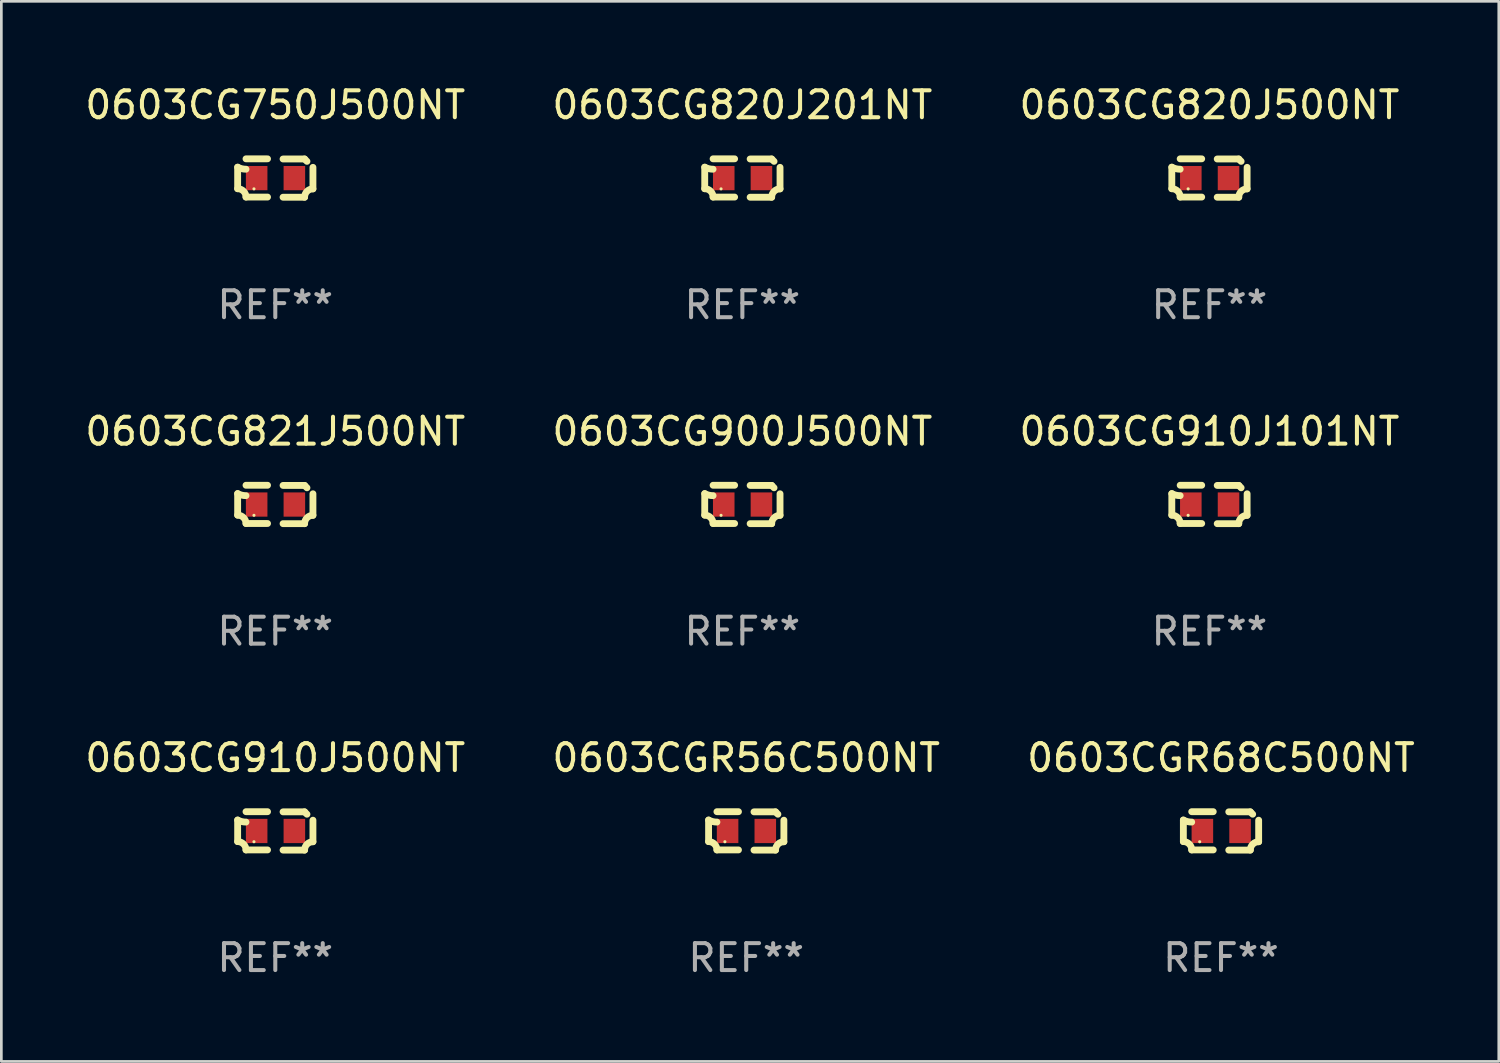
<source format=kicad_pcb>
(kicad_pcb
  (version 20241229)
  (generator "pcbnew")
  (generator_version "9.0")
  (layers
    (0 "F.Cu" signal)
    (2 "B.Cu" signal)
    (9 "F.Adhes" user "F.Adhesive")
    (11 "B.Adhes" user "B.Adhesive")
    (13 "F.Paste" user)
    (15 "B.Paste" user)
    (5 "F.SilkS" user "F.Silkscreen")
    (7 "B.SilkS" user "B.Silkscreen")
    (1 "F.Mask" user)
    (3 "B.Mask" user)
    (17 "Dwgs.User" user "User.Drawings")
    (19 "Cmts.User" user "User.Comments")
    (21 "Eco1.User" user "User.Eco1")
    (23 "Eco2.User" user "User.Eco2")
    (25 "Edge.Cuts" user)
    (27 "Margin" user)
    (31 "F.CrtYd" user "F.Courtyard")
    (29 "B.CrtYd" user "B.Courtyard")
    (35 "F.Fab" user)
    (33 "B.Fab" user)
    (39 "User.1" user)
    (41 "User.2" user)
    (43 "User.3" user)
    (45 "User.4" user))
  (footprint "0603CG820J201NT"
    (layer "F.Cu")
    (at 24.518 3.561)
    (property "Reference" "0603CG820J201NT" (at 0 -2.713 0) (layer "F.SilkS") (effects (font (size 1 1) (thickness 0.15))))
    (attr through_hole)
    (fp_line (start -1.398 -0.403) (end -1.398 0.397) (stroke (width 0.254) (type solid)) (layer "F.SilkS"))
    (fp_line (start -0.288 -0.713) (end -1.088 -0.713) (stroke (width 0.254) (type solid)) (layer "F.SilkS"))
    (fp_line (start -0.288 0.707) (end -1.088 0.707) (stroke (width 0.254) (type solid)) (layer "F.SilkS"))
    (fp_line (start 0.288 -0.707) (end 1.088 -0.707) (stroke (width 0.254) (type solid)) (layer "F.SilkS"))
    (fp_line (start 0.288 0.713) (end 1.088 0.713) (stroke (width 0.254) (type solid)) (layer "F.SilkS"))
    (fp_line (start 1.398 -0.397) (end 1.398 0.403) (stroke (width 0.254) (type solid)) (layer "F.SilkS"))
    (fp_arc (start -1.397789 0.397066) (mid -1.178701 0.487826) (end -1.08796 0.706922) (stroke (width 0.254001) (type solid)) (layer "F.SilkS"))
    (fp_arc (start -1.08796 -0.327176) (mid -1.247436 -0.346384) (end -1.39779 -0.402908) (stroke (width 0.254001) (type solid)) (layer "F.SilkS"))
    (fp_arc (start 1.087909 0.712738) (mid 1.178656 0.493655) (end 1.397739 0.402908) (stroke (width 0.254001) (type solid)) (layer "F.SilkS"))
    (fp_arc (start 1.175925 -0.618926) (mid 1.131917 -0.662923) (end 1.08791 -0.706922) (stroke (width 0.254001) (type solid)) (layer "F.SilkS"))
    (fp_circle (center -0.792 0.403) (end -0.762 0.403) (stroke (width 0.06) (type solid)) (fill no) (layer "F.SilkS"))
    (fp_text user "REF**" (at 0 4.713 0) (layer "F.Fab") (effects (font (size 1 1) (thickness 0.15))))
    (pad "1" smd rect (at -0.692 0.003) (size 0.8 0.9) (layers "F.Cu" "F.Mask" "F.Paste"))
    (pad "2" smd rect (at 0.708 0.003) (size 0.8 0.9) (layers "F.Cu" "F.Mask" "F.Paste")))
  (footprint "0603CG910J500NT"
    (layer "F.Cu")
    (at 7.173 27.805)
    (property "Reference" "0603CG910J500NT" (at 0 -2.713 0) (layer "F.SilkS") (effects (font (size 1 1) (thickness 0.15))))
    (attr through_hole)
    (fp_line (start -1.398 -0.403) (end -1.398 0.397) (stroke (width 0.254) (type solid)) (layer "F.SilkS"))
    (fp_line (start -0.288 -0.713) (end -1.088 -0.713) (stroke (width 0.254) (type solid)) (layer "F.SilkS"))
    (fp_line (start -0.288 0.707) (end -1.088 0.707) (stroke (width 0.254) (type solid)) (layer "F.SilkS"))
    (fp_line (start 0.288 -0.707) (end 1.088 -0.707) (stroke (width 0.254) (type solid)) (layer "F.SilkS"))
    (fp_line (start 0.288 0.713) (end 1.088 0.713) (stroke (width 0.254) (type solid)) (layer "F.SilkS"))
    (fp_line (start 1.398 -0.397) (end 1.398 0.403) (stroke (width 0.254) (type solid)) (layer "F.SilkS"))
    (fp_arc (start -1.397789 0.397066) (mid -1.178701 0.487826) (end -1.08796 0.706922) (stroke (width 0.254001) (type solid)) (layer "F.SilkS"))
    (fp_arc (start -1.08796 -0.327176) (mid -1.247436 -0.346384) (end -1.39779 -0.402908) (stroke (width 0.254001) (type solid)) (layer "F.SilkS"))
    (fp_arc (start 1.087909 0.712738) (mid 1.178656 0.493655) (end 1.397739 0.402908) (stroke (width 0.254001) (type solid)) (layer "F.SilkS"))
    (fp_arc (start 1.175925 -0.618926) (mid 1.131917 -0.662923) (end 1.08791 -0.706922) (stroke (width 0.254001) (type solid)) (layer "F.SilkS"))
    (fp_circle (center -0.792 0.403) (end -0.762 0.403) (stroke (width 0.06) (type solid)) (fill no) (layer "F.SilkS"))
    (fp_text user "REF**" (at 0 4.713 0) (layer "F.Fab") (effects (font (size 1 1) (thickness 0.15))))
    (pad "1" smd rect (at -0.692 0.003) (size 0.8 0.9) (layers "F.Cu" "F.Mask" "F.Paste"))
    (pad "2" smd rect (at 0.708 0.003) (size 0.8 0.9) (layers "F.Cu" "F.Mask" "F.Paste")))
  (footprint "0603CG821J500NT"
    (layer "F.Cu")
    (at 7.173 15.683)
    (property "Reference" "0603CG821J500NT" (at 0 -2.713 0) (layer "F.SilkS") (effects (font (size 1 1) (thickness 0.15))))
    (attr through_hole)
    (fp_line (start -1.398 -0.403) (end -1.398 0.397) (stroke (width 0.254) (type solid)) (layer "F.SilkS"))
    (fp_line (start -0.288 -0.713) (end -1.088 -0.713) (stroke (width 0.254) (type solid)) (layer "F.SilkS"))
    (fp_line (start -0.288 0.707) (end -1.088 0.707) (stroke (width 0.254) (type solid)) (layer "F.SilkS"))
    (fp_line (start 0.288 -0.707) (end 1.088 -0.707) (stroke (width 0.254) (type solid)) (layer "F.SilkS"))
    (fp_line (start 0.288 0.713) (end 1.088 0.713) (stroke (width 0.254) (type solid)) (layer "F.SilkS"))
    (fp_line (start 1.398 -0.397) (end 1.398 0.403) (stroke (width 0.254) (type solid)) (layer "F.SilkS"))
    (fp_arc (start -1.397789 0.397066) (mid -1.178701 0.487826) (end -1.08796 0.706922) (stroke (width 0.254001) (type solid)) (layer "F.SilkS"))
    (fp_arc (start -1.08796 -0.327176) (mid -1.247436 -0.346384) (end -1.39779 -0.402908) (stroke (width 0.254001) (type solid)) (layer "F.SilkS"))
    (fp_arc (start 1.087909 0.712738) (mid 1.178656 0.493655) (end 1.397739 0.402908) (stroke (width 0.254001) (type solid)) (layer "F.SilkS"))
    (fp_arc (start 1.175925 -0.618926) (mid 1.131917 -0.662923) (end 1.08791 -0.706922) (stroke (width 0.254001) (type solid)) (layer "F.SilkS"))
    (fp_circle (center -0.792 0.403) (end -0.762 0.403) (stroke (width 0.06) (type solid)) (fill no) (layer "F.SilkS"))
    (fp_text user "REF**" (at 0 4.713 0) (layer "F.Fab") (effects (font (size 1 1) (thickness 0.15))))
    (pad "1" smd rect (at -0.692 0.003) (size 0.8 0.9) (layers "F.Cu" "F.Mask" "F.Paste"))
    (pad "2" smd rect (at 0.708 0.003) (size 0.8 0.9) (layers "F.Cu" "F.Mask" "F.Paste")))
  (footprint "0603CG900J500NT"
    (layer "F.Cu")
    (at 24.518 15.683)
    (property "Reference" "0603CG900J500NT" (at 0 -2.713 0) (layer "F.SilkS") (effects (font (size 1 1) (thickness 0.15))))
    (attr through_hole)
    (fp_line (start -1.398 -0.403) (end -1.398 0.397) (stroke (width 0.254) (type solid)) (layer "F.SilkS"))
    (fp_line (start -0.288 -0.713) (end -1.088 -0.713) (stroke (width 0.254) (type solid)) (layer "F.SilkS"))
    (fp_line (start -0.288 0.707) (end -1.088 0.707) (stroke (width 0.254) (type solid)) (layer "F.SilkS"))
    (fp_line (start 0.288 -0.707) (end 1.088 -0.707) (stroke (width 0.254) (type solid)) (layer "F.SilkS"))
    (fp_line (start 0.288 0.713) (end 1.088 0.713) (stroke (width 0.254) (type solid)) (layer "F.SilkS"))
    (fp_line (start 1.398 -0.397) (end 1.398 0.403) (stroke (width 0.254) (type solid)) (layer "F.SilkS"))
    (fp_arc (start -1.397789 0.397066) (mid -1.178701 0.487826) (end -1.08796 0.706922) (stroke (width 0.254001) (type solid)) (layer "F.SilkS"))
    (fp_arc (start -1.08796 -0.327176) (mid -1.247436 -0.346384) (end -1.39779 -0.402908) (stroke (width 0.254001) (type solid)) (layer "F.SilkS"))
    (fp_arc (start 1.087909 0.712738) (mid 1.178656 0.493655) (end 1.397739 0.402908) (stroke (width 0.254001) (type solid)) (layer "F.SilkS"))
    (fp_arc (start 1.175925 -0.618926) (mid 1.131917 -0.662923) (end 1.08791 -0.706922) (stroke (width 0.254001) (type solid)) (layer "F.SilkS"))
    (fp_circle (center -0.792 0.403) (end -0.762 0.403) (stroke (width 0.06) (type solid)) (fill no) (layer "F.SilkS"))
    (fp_text user "REF**" (at 0 4.713 0) (layer "F.Fab") (effects (font (size 1 1) (thickness 0.15))))
    (pad "1" smd rect (at -0.692 0.003) (size 0.8 0.9) (layers "F.Cu" "F.Mask" "F.Paste"))
    (pad "2" smd rect (at 0.708 0.003) (size 0.8 0.9) (layers "F.Cu" "F.Mask" "F.Paste")))
  (footprint "0603CGR56C500NT"
    (layer "F.Cu")
    (at 24.661 27.805)
    (property "Reference" "0603CGR56C500NT" (at 0 -2.713 0) (layer "F.SilkS") (effects (font (size 1 1) (thickness 0.15))))
    (attr through_hole)
    (fp_line (start -1.398 -0.403) (end -1.398 0.397) (stroke (width 0.254) (type solid)) (layer "F.SilkS"))
    (fp_line (start -0.288 -0.713) (end -1.088 -0.713) (stroke (width 0.254) (type solid)) (layer "F.SilkS"))
    (fp_line (start -0.288 0.707) (end -1.088 0.707) (stroke (width 0.254) (type solid)) (layer "F.SilkS"))
    (fp_line (start 0.288 -0.707) (end 1.088 -0.707) (stroke (width 0.254) (type solid)) (layer "F.SilkS"))
    (fp_line (start 0.288 0.713) (end 1.088 0.713) (stroke (width 0.254) (type solid)) (layer "F.SilkS"))
    (fp_line (start 1.398 -0.397) (end 1.398 0.403) (stroke (width 0.254) (type solid)) (layer "F.SilkS"))
    (fp_arc (start -1.397789 0.397066) (mid -1.178701 0.487826) (end -1.08796 0.706922) (stroke (width 0.254001) (type solid)) (layer "F.SilkS"))
    (fp_arc (start -1.08796 -0.327176) (mid -1.247436 -0.346384) (end -1.39779 -0.402908) (stroke (width 0.254001) (type solid)) (layer "F.SilkS"))
    (fp_arc (start 1.087909 0.712738) (mid 1.178656 0.493655) (end 1.397739 0.402908) (stroke (width 0.254001) (type solid)) (layer "F.SilkS"))
    (fp_arc (start 1.175925 -0.618926) (mid 1.131917 -0.662923) (end 1.08791 -0.706922) (stroke (width 0.254001) (type solid)) (layer "F.SilkS"))
    (fp_circle (center -0.792 0.403) (end -0.762 0.403) (stroke (width 0.06) (type solid)) (fill no) (layer "F.SilkS"))
    (fp_text user "REF**" (at 0 4.713 0) (layer "F.Fab") (effects (font (size 1 1) (thickness 0.15))))
    (pad "1" smd rect (at -0.692 0.003) (size 0.8 0.9) (layers "F.Cu" "F.Mask" "F.Paste"))
    (pad "2" smd rect (at 0.708 0.003) (size 0.8 0.9) (layers "F.Cu" "F.Mask" "F.Paste")))
  (footprint "0603CG820J500NT"
    (layer "F.Cu")
    (at 41.863 3.561)
    (property "Reference" "0603CG820J500NT" (at 0 -2.713 0) (layer "F.SilkS") (effects (font (size 1 1) (thickness 0.15))))
    (attr through_hole)
    (fp_line (start -1.398 -0.403) (end -1.398 0.397) (stroke (width 0.254) (type solid)) (layer "F.SilkS"))
    (fp_line (start -0.288 -0.713) (end -1.088 -0.713) (stroke (width 0.254) (type solid)) (layer "F.SilkS"))
    (fp_line (start -0.288 0.707) (end -1.088 0.707) (stroke (width 0.254) (type solid)) (layer "F.SilkS"))
    (fp_line (start 0.288 -0.707) (end 1.088 -0.707) (stroke (width 0.254) (type solid)) (layer "F.SilkS"))
    (fp_line (start 0.288 0.713) (end 1.088 0.713) (stroke (width 0.254) (type solid)) (layer "F.SilkS"))
    (fp_line (start 1.398 -0.397) (end 1.398 0.403) (stroke (width 0.254) (type solid)) (layer "F.SilkS"))
    (fp_arc (start -1.397789 0.397066) (mid -1.178701 0.487826) (end -1.08796 0.706922) (stroke (width 0.254001) (type solid)) (layer "F.SilkS"))
    (fp_arc (start -1.08796 -0.327176) (mid -1.247436 -0.346384) (end -1.39779 -0.402908) (stroke (width 0.254001) (type solid)) (layer "F.SilkS"))
    (fp_arc (start 1.087909 0.712738) (mid 1.178656 0.493655) (end 1.397739 0.402908) (stroke (width 0.254001) (type solid)) (layer "F.SilkS"))
    (fp_arc (start 1.175925 -0.618926) (mid 1.131917 -0.662923) (end 1.08791 -0.706922) (stroke (width 0.254001) (type solid)) (layer "F.SilkS"))
    (fp_circle (center -0.792 0.403) (end -0.762 0.403) (stroke (width 0.06) (type solid)) (fill no) (layer "F.SilkS"))
    (fp_text user "REF**" (at 0 4.713 0) (layer "F.Fab") (effects (font (size 1 1) (thickness 0.15))))
    (pad "1" smd rect (at -0.692 0.003) (size 0.8 0.9) (layers "F.Cu" "F.Mask" "F.Paste"))
    (pad "2" smd rect (at 0.708 0.003) (size 0.8 0.9) (layers "F.Cu" "F.Mask" "F.Paste")))
  (footprint "0603CG750J500NT"
    (layer "F.Cu")
    (at 7.173 3.561)
    (property "Reference" "0603CG750J500NT" (at 0 -2.713 0) (layer "F.SilkS") (effects (font (size 1 1) (thickness 0.15))))
    (attr through_hole)
    (fp_line (start -1.398 -0.403) (end -1.398 0.397) (stroke (width 0.254) (type solid)) (layer "F.SilkS"))
    (fp_line (start -0.288 -0.713) (end -1.088 -0.713) (stroke (width 0.254) (type solid)) (layer "F.SilkS"))
    (fp_line (start -0.288 0.707) (end -1.088 0.707) (stroke (width 0.254) (type solid)) (layer "F.SilkS"))
    (fp_line (start 0.288 -0.707) (end 1.088 -0.707) (stroke (width 0.254) (type solid)) (layer "F.SilkS"))
    (fp_line (start 0.288 0.713) (end 1.088 0.713) (stroke (width 0.254) (type solid)) (layer "F.SilkS"))
    (fp_line (start 1.398 -0.397) (end 1.398 0.403) (stroke (width 0.254) (type solid)) (layer "F.SilkS"))
    (fp_arc (start -1.397789 0.397066) (mid -1.178701 0.487826) (end -1.08796 0.706922) (stroke (width 0.254001) (type solid)) (layer "F.SilkS"))
    (fp_arc (start -1.08796 -0.327176) (mid -1.247436 -0.346384) (end -1.39779 -0.402908) (stroke (width 0.254001) (type solid)) (layer "F.SilkS"))
    (fp_arc (start 1.087909 0.712738) (mid 1.178656 0.493655) (end 1.397739 0.402908) (stroke (width 0.254001) (type solid)) (layer "F.SilkS"))
    (fp_arc (start 1.175925 -0.618926) (mid 1.131917 -0.662923) (end 1.08791 -0.706922) (stroke (width 0.254001) (type solid)) (layer "F.SilkS"))
    (fp_circle (center -0.792 0.403) (end -0.762 0.403) (stroke (width 0.06) (type solid)) (fill no) (layer "F.SilkS"))
    (fp_text user "REF**" (at 0 4.713 0) (layer "F.Fab") (effects (font (size 1 1) (thickness 0.15))))
    (pad "1" smd rect (at -0.692 0.003) (size 0.8 0.9) (layers "F.Cu" "F.Mask" "F.Paste"))
    (pad "2" smd rect (at 0.708 0.003) (size 0.8 0.9) (layers "F.Cu" "F.Mask" "F.Paste")))
  (footprint "0603CG910J101NT"
    (layer "F.Cu")
    (at 41.863 15.683)
    (property "Reference" "0603CG910J101NT" (at 0 -2.713 0) (layer "F.SilkS") (effects (font (size 1 1) (thickness 0.15))))
    (attr through_hole)
    (fp_line (start -1.398 -0.403) (end -1.398 0.397) (stroke (width 0.254) (type solid)) (layer "F.SilkS"))
    (fp_line (start -0.288 -0.713) (end -1.088 -0.713) (stroke (width 0.254) (type solid)) (layer "F.SilkS"))
    (fp_line (start -0.288 0.707) (end -1.088 0.707) (stroke (width 0.254) (type solid)) (layer "F.SilkS"))
    (fp_line (start 0.288 -0.707) (end 1.088 -0.707) (stroke (width 0.254) (type solid)) (layer "F.SilkS"))
    (fp_line (start 0.288 0.713) (end 1.088 0.713) (stroke (width 0.254) (type solid)) (layer "F.SilkS"))
    (fp_line (start 1.398 -0.397) (end 1.398 0.403) (stroke (width 0.254) (type solid)) (layer "F.SilkS"))
    (fp_arc (start -1.397789 0.397066) (mid -1.178701 0.487826) (end -1.08796 0.706922) (stroke (width 0.254001) (type solid)) (layer "F.SilkS"))
    (fp_arc (start -1.08796 -0.327176) (mid -1.247436 -0.346384) (end -1.39779 -0.402908) (stroke (width 0.254001) (type solid)) (layer "F.SilkS"))
    (fp_arc (start 1.087909 0.712738) (mid 1.178656 0.493655) (end 1.397739 0.402908) (stroke (width 0.254001) (type solid)) (layer "F.SilkS"))
    (fp_arc (start 1.175925 -0.618926) (mid 1.131917 -0.662923) (end 1.08791 -0.706922) (stroke (width 0.254001) (type solid)) (layer "F.SilkS"))
    (fp_circle (center -0.792 0.403) (end -0.762 0.403) (stroke (width 0.06) (type solid)) (fill no) (layer "F.SilkS"))
    (fp_text user "REF**" (at 0 4.713 0) (layer "F.Fab") (effects (font (size 1 1) (thickness 0.15))))
    (pad "1" smd rect (at -0.692 0.003) (size 0.8 0.9) (layers "F.Cu" "F.Mask" "F.Paste"))
    (pad "2" smd rect (at 0.708 0.003) (size 0.8 0.9) (layers "F.Cu" "F.Mask" "F.Paste")))
  (footprint "0603CGR68C500NT"
    (layer "F.Cu")
    (at 42.292 27.805)
    (property "Reference" "0603CGR68C500NT" (at 0 -2.713 0) (layer "F.SilkS") (effects (font (size 1 1) (thickness 0.15))))
    (attr through_hole)
    (fp_line (start -1.398 -0.403) (end -1.398 0.397) (stroke (width 0.254) (type solid)) (layer "F.SilkS"))
    (fp_line (start -0.288 -0.713) (end -1.088 -0.713) (stroke (width 0.254) (type solid)) (layer "F.SilkS"))
    (fp_line (start -0.288 0.707) (end -1.088 0.707) (stroke (width 0.254) (type solid)) (layer "F.SilkS"))
    (fp_line (start 0.288 -0.707) (end 1.088 -0.707) (stroke (width 0.254) (type solid)) (layer "F.SilkS"))
    (fp_line (start 0.288 0.713) (end 1.088 0.713) (stroke (width 0.254) (type solid)) (layer "F.SilkS"))
    (fp_line (start 1.398 -0.397) (end 1.398 0.403) (stroke (width 0.254) (type solid)) (layer "F.SilkS"))
    (fp_arc (start -1.397789 0.397066) (mid -1.178701 0.487826) (end -1.08796 0.706922) (stroke (width 0.254001) (type solid)) (layer "F.SilkS"))
    (fp_arc (start -1.08796 -0.327176) (mid -1.247436 -0.346384) (end -1.39779 -0.402908) (stroke (width 0.254001) (type solid)) (layer "F.SilkS"))
    (fp_arc (start 1.087909 0.712738) (mid 1.178656 0.493655) (end 1.397739 0.402908) (stroke (width 0.254001) (type solid)) (layer "F.SilkS"))
    (fp_arc (start 1.175925 -0.618926) (mid 1.131917 -0.662923) (end 1.08791 -0.706922) (stroke (width 0.254001) (type solid)) (layer "F.SilkS"))
    (fp_circle (center -0.792 0.403) (end -0.762 0.403) (stroke (width 0.06) (type solid)) (fill no) (layer "F.SilkS"))
    (fp_text user "REF**" (at 0 4.713 0) (layer "F.Fab") (effects (font (size 1 1) (thickness 0.15))))
    (pad "1" smd rect (at -0.692 0.003) (size 0.8 0.9) (layers "F.Cu" "F.Mask" "F.Paste"))
    (pad "2" smd rect (at 0.708 0.003) (size 0.8 0.9) (layers "F.Cu" "F.Mask" "F.Paste")))
  (gr_rect
    (start -3 -3)
    (end 52.607 36.366)
    (stroke (width 0.1) (type default))
    (fill no)
    (layer "Edge.Cuts")))
</source>
